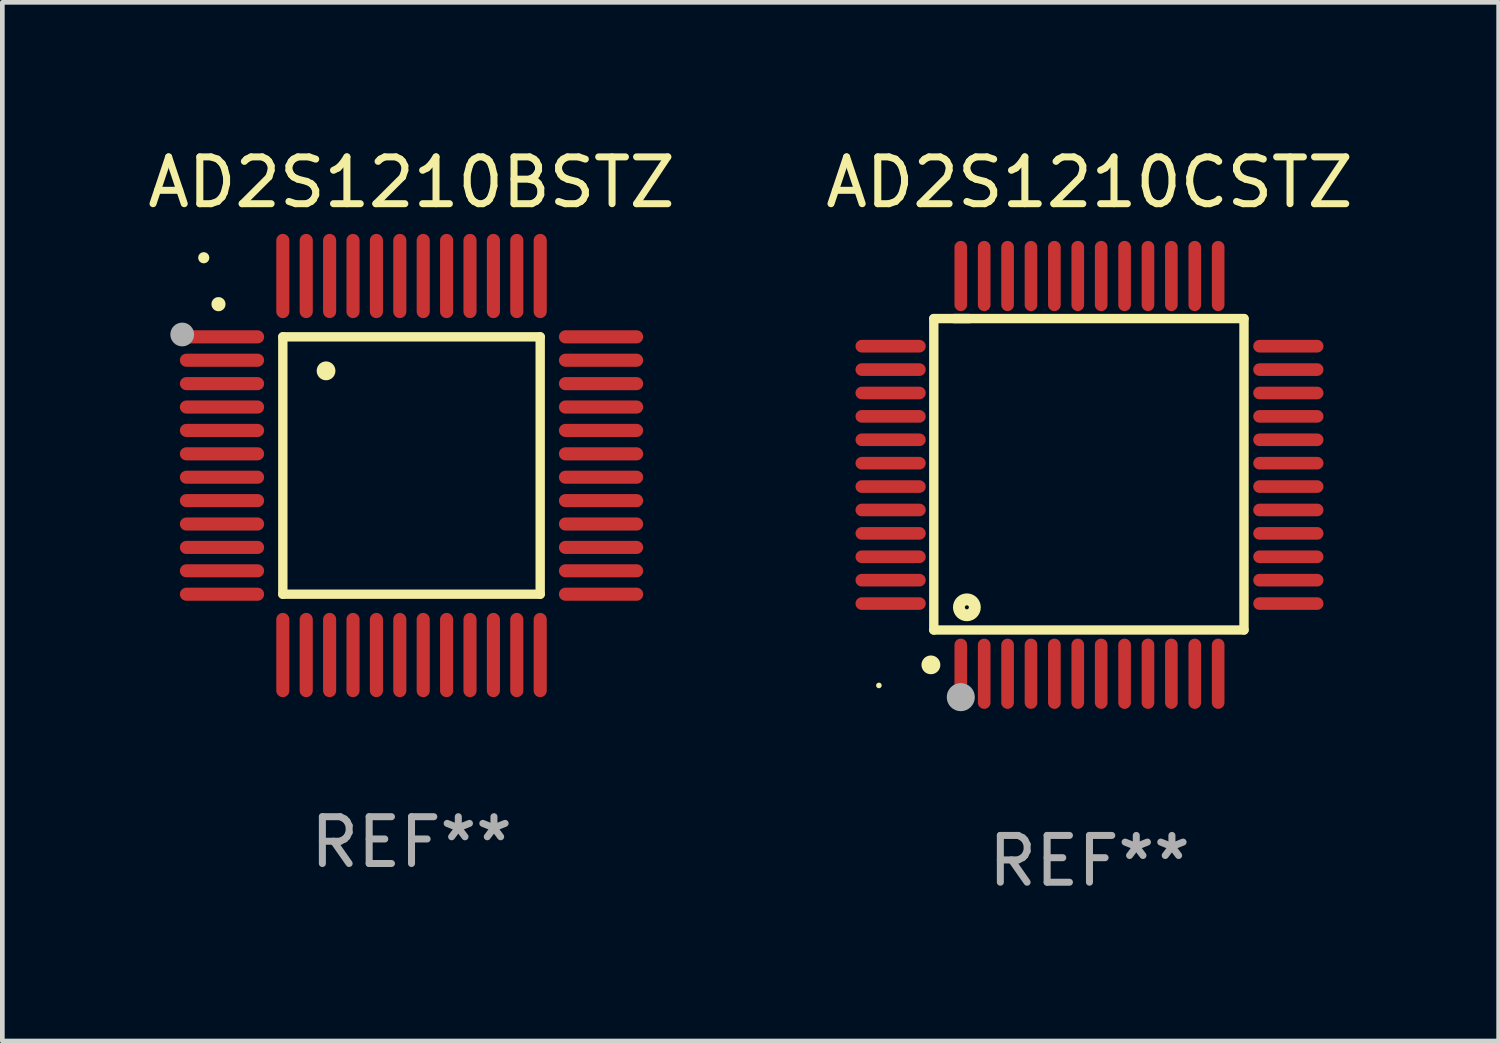
<source format=kicad_pcb>
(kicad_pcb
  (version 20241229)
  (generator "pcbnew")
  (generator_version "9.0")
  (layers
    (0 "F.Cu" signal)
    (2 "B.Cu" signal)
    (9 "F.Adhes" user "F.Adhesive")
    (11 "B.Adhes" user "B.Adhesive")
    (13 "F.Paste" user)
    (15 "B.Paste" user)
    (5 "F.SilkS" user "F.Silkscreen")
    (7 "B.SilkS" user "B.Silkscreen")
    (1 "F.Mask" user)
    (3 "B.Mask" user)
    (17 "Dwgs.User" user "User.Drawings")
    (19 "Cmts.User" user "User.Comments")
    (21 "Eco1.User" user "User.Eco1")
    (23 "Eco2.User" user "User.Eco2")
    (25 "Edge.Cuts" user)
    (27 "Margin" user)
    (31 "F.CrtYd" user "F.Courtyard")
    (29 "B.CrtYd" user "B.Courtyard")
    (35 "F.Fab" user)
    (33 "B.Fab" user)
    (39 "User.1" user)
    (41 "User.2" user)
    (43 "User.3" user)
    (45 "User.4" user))
  (footprint "AD2S1210CSTZ"
    (layer "F.Cu")
    (at 20.232 7.098)
    (property "Reference" "AD2S1210CSTZ" (at 0 -6.25 0) (layer "F.SilkS") (effects (font (size 1 1) (thickness 0.15))))
    (attr through_hole)
    (fp_line (start -3.327 -3.34) (end -2.565 -3.34) (stroke (width 0.2) (type solid)) (layer "F.SilkS"))
    (fp_line (start -3.327 3.315) (end -3.327 -3.34) (stroke (width 0.2) (type solid)) (layer "F.SilkS"))
    (fp_line (start -2.896 -3.34) (end 3.302 -3.34) (stroke (width 0.2) (type solid)) (layer "F.SilkS"))
    (fp_line (start 3.302 -3.34) (end 3.302 3.315) (stroke (width 0.2) (type solid)) (layer "F.SilkS"))
    (fp_line (start 3.302 3.315) (end -3.327 3.315) (stroke (width 0.2) (type solid)) (layer "F.SilkS"))
    (fp_arc (start -3.389992 4.059995) (mid -3.388722 4.059991) (end -3.387452 4.059995) (stroke (width 0.4) (type solid)) (layer "F.SilkS"))
    (fp_circle (center -4.5 4.5) (end -4.47 4.5) (stroke (width 0.06) (type solid)) (fill no) (layer "F.SilkS"))
    (fp_circle (center -2.62 2.83) (end -2.45 2.83) (stroke (width 0.254) (type solid)) (fill no) (layer "F.SilkS"))
    (fp_circle (center -2.75 4.75) (end -2.6 4.75) (stroke (width 0.3) (type solid)) (fill no) (layer "F.Fab"))
    (fp_text user "REF**" (at 0 8.25 0) (layer "F.Fab") (effects (font (size 1 1) (thickness 0.15))))
    (pad "1" smd oval (at -2.75 4.25) (size 0.27 1.5) (layers "F.Cu" "F.Mask" "F.Paste"))
    (pad "2" smd oval (at -2.25 4.25) (size 0.27 1.5) (layers "F.Cu" "F.Mask" "F.Paste"))
    (pad "3" smd oval (at -1.75 4.25) (size 0.27 1.5) (layers "F.Cu" "F.Mask" "F.Paste"))
    (pad "4" smd oval (at -1.25 4.25) (size 0.27 1.5) (layers "F.Cu" "F.Mask" "F.Paste"))
    (pad "5" smd oval (at -0.75 4.25) (size 0.27 1.5) (layers "F.Cu" "F.Mask" "F.Paste"))
    (pad "6" smd oval (at -0.25 4.25) (size 0.27 1.5) (layers "F.Cu" "F.Mask" "F.Paste"))
    (pad "7" smd oval (at 0.25 4.25) (size 0.27 1.5) (layers "F.Cu" "F.Mask" "F.Paste"))
    (pad "8" smd oval (at 0.75 4.25) (size 0.27 1.5) (layers "F.Cu" "F.Mask" "F.Paste"))
    (pad "9" smd oval (at 1.25 4.25) (size 0.27 1.5) (layers "F.Cu" "F.Mask" "F.Paste"))
    (pad "10" smd oval (at 1.75 4.25) (size 0.27 1.5) (layers "F.Cu" "F.Mask" "F.Paste"))
    (pad "11" smd oval (at 2.25 4.25) (size 0.27 1.5) (layers "F.Cu" "F.Mask" "F.Paste"))
    (pad "12" smd oval (at 2.75 4.25) (size 0.27 1.5) (layers "F.Cu" "F.Mask" "F.Paste"))
    (pad "13" smd oval (at 4.25 2.75) (size 1.5 0.27) (layers "F.Cu" "F.Mask" "F.Paste"))
    (pad "14" smd oval (at 4.25 2.25) (size 1.5 0.27) (layers "F.Cu" "F.Mask" "F.Paste"))
    (pad "15" smd oval (at 4.25 1.75) (size 1.5 0.27) (layers "F.Cu" "F.Mask" "F.Paste"))
    (pad "16" smd oval (at 4.25 1.25) (size 1.5 0.27) (layers "F.Cu" "F.Mask" "F.Paste"))
    (pad "17" smd oval (at 4.25 0.75) (size 1.5 0.27) (layers "F.Cu" "F.Mask" "F.Paste"))
    (pad "18" smd oval (at 4.25 0.25) (size 1.5 0.27) (layers "F.Cu" "F.Mask" "F.Paste"))
    (pad "19" smd oval (at 4.25 -0.25) (size 1.5 0.27) (layers "F.Cu" "F.Mask" "F.Paste"))
    (pad "20" smd oval (at 4.25 -0.75) (size 1.5 0.27) (layers "F.Cu" "F.Mask" "F.Paste"))
    (pad "21" smd oval (at 4.25 -1.25) (size 1.5 0.27) (layers "F.Cu" "F.Mask" "F.Paste"))
    (pad "22" smd oval (at 4.25 -1.75) (size 1.5 0.27) (layers "F.Cu" "F.Mask" "F.Paste"))
    (pad "23" smd oval (at 4.25 -2.25) (size 1.5 0.27) (layers "F.Cu" "F.Mask" "F.Paste"))
    (pad "24" smd oval (at 4.25 -2.75) (size 1.5 0.27) (layers "F.Cu" "F.Mask" "F.Paste"))
    (pad "25" smd oval (at 2.75 -4.25) (size 0.27 1.5) (layers "F.Cu" "F.Mask" "F.Paste"))
    (pad "26" smd oval (at 2.25 -4.25) (size 0.27 1.5) (layers "F.Cu" "F.Mask" "F.Paste"))
    (pad "27" smd oval (at 1.75 -4.25) (size 0.27 1.5) (layers "F.Cu" "F.Mask" "F.Paste"))
    (pad "28" smd oval (at 1.25 -4.25) (size 0.27 1.5) (layers "F.Cu" "F.Mask" "F.Paste"))
    (pad "29" smd oval (at 0.75 -4.25) (size 0.27 1.5) (layers "F.Cu" "F.Mask" "F.Paste"))
    (pad "30" smd oval (at 0.25 -4.25) (size 0.27 1.5) (layers "F.Cu" "F.Mask" "F.Paste"))
    (pad "31" smd oval (at -0.25 -4.25) (size 0.27 1.5) (layers "F.Cu" "F.Mask" "F.Paste"))
    (pad "32" smd oval (at -0.75 -4.25) (size 0.27 1.5) (layers "F.Cu" "F.Mask" "F.Paste"))
    (pad "33" smd oval (at -1.25 -4.25) (size 0.27 1.5) (layers "F.Cu" "F.Mask" "F.Paste"))
    (pad "34" smd oval (at -1.75 -4.25) (size 0.27 1.5) (layers "F.Cu" "F.Mask" "F.Paste"))
    (pad "35" smd oval (at -2.25 -4.25) (size 0.27 1.5) (layers "F.Cu" "F.Mask" "F.Paste"))
    (pad "36" smd oval (at -2.75 -4.25) (size 0.27 1.5) (layers "F.Cu" "F.Mask" "F.Paste"))
    (pad "37" smd oval (at -4.25 -2.75) (size 1.5 0.27) (layers "F.Cu" "F.Mask" "F.Paste"))
    (pad "38" smd oval (at -4.25 -2.25) (size 1.5 0.27) (layers "F.Cu" "F.Mask" "F.Paste"))
    (pad "39" smd oval (at -4.25 -1.75) (size 1.5 0.27) (layers "F.Cu" "F.Mask" "F.Paste"))
    (pad "40" smd oval (at -4.25 -1.25) (size 1.5 0.27) (layers "F.Cu" "F.Mask" "F.Paste"))
    (pad "41" smd oval (at -4.25 -0.75) (size 1.5 0.27) (layers "F.Cu" "F.Mask" "F.Paste"))
    (pad "42" smd oval (at -4.25 -0.25) (size 1.5 0.27) (layers "F.Cu" "F.Mask" "F.Paste"))
    (pad "43" smd oval (at -4.25 0.25) (size 1.5 0.27) (layers "F.Cu" "F.Mask" "F.Paste"))
    (pad "44" smd oval (at -4.25 0.75) (size 1.5 0.27) (layers "F.Cu" "F.Mask" "F.Paste"))
    (pad "45" smd oval (at -4.25 1.25) (size 1.5 0.27) (layers "F.Cu" "F.Mask" "F.Paste"))
    (pad "46" smd oval (at -4.25 1.75) (size 1.5 0.27) (layers "F.Cu" "F.Mask" "F.Paste"))
    (pad "47" smd oval (at -4.25 2.25) (size 1.5 0.27) (layers "F.Cu" "F.Mask" "F.Paste"))
    (pad "48" smd oval (at -4.25 2.75) (size 1.5 0.27) (layers "F.Cu" "F.Mask" "F.Paste")))
  (footprint "AD2S1210BSTZ"
    (layer "F.Cu")
    (at 5.744 6.898)
    (property "Reference" "AD2S1210BSTZ" (at 0 -6.05 0) (layer "F.SilkS") (effects (font (size 1 1) (thickness 0.15))))
    (attr through_hole)
    (fp_line (start -2.75 -2.75) (end 2.75 -2.75) (stroke (width 0.2) (type solid)) (layer "F.SilkS"))
    (fp_line (start -2.75 2.75) (end -2.75 -2.75) (stroke (width 0.2) (type solid)) (layer "F.SilkS"))
    (fp_line (start 2.75 -2.75) (end 2.75 2.75) (stroke (width 0.2) (type solid)) (layer "F.SilkS"))
    (fp_line (start 2.75 2.75) (end -2.75 2.75) (stroke (width 0.2) (type solid)) (layer "F.SilkS"))
    (fp_arc (start -4.124968 -3.446787) (mid -4.124973 -3.448057) (end -4.124968 -3.449327) (stroke (width 0.3) (type solid)) (layer "F.SilkS"))
    (fp_arc (start -1.826264 -2.021844) (mid -1.826268 -2.023114) (end -1.826264 -2.024384) (stroke (width 0.4) (type solid)) (layer "F.SilkS"))
    (fp_circle (center -4.44 -4.44) (end -4.38 -4.44) (stroke (width 0.12) (type solid)) (fill no) (layer "F.SilkS"))
    (fp_circle (center -4.9 -2.8) (end -4.773 -2.8) (stroke (width 0.254) (type solid)) (fill no) (layer "F.Fab"))
    (fp_text user "REF**" (at 0 8.05 0) (layer "F.Fab") (effects (font (size 1 1) (thickness 0.15))))
    (pad "1" smd oval (at -4.05 -2.75 90) (size 0.28 1.8) (layers "F.Cu" "F.Mask" "F.Paste"))
    (pad "2" smd oval (at -4.05 -2.25 90) (size 0.28 1.8) (layers "F.Cu" "F.Mask" "F.Paste"))
    (pad "3" smd oval (at -4.05 -1.75 90) (size 0.28 1.8) (layers "F.Cu" "F.Mask" "F.Paste"))
    (pad "4" smd oval (at -4.05 -1.25 90) (size 0.28 1.8) (layers "F.Cu" "F.Mask" "F.Paste"))
    (pad "5" smd oval (at -4.05 -0.75 90) (size 0.28 1.8) (layers "F.Cu" "F.Mask" "F.Paste"))
    (pad "6" smd oval (at -4.05 -0.25 90) (size 0.28 1.8) (layers "F.Cu" "F.Mask" "F.Paste"))
    (pad "7" smd oval (at -4.05 0.25 90) (size 0.28 1.8) (layers "F.Cu" "F.Mask" "F.Paste"))
    (pad "8" smd oval (at -4.05 0.75 90) (size 0.28 1.8) (layers "F.Cu" "F.Mask" "F.Paste"))
    (pad "9" smd oval (at -4.05 1.25 90) (size 0.28 1.8) (layers "F.Cu" "F.Mask" "F.Paste"))
    (pad "10" smd oval (at -4.05 1.75 90) (size 0.28 1.8) (layers "F.Cu" "F.Mask" "F.Paste"))
    (pad "11" smd oval (at -4.05 2.25 90) (size 0.28 1.8) (layers "F.Cu" "F.Mask" "F.Paste"))
    (pad "12" smd oval (at -4.05 2.75 90) (size 0.28 1.8) (layers "F.Cu" "F.Mask" "F.Paste"))
    (pad "13" smd oval (at -2.75 4.05) (size 0.28 1.8) (layers "F.Cu" "F.Mask" "F.Paste"))
    (pad "14" smd oval (at -2.25 4.05) (size 0.28 1.8) (layers "F.Cu" "F.Mask" "F.Paste"))
    (pad "15" smd oval (at -1.75 4.05) (size 0.28 1.8) (layers "F.Cu" "F.Mask" "F.Paste"))
    (pad "16" smd oval (at -1.25 4.05) (size 0.28 1.8) (layers "F.Cu" "F.Mask" "F.Paste"))
    (pad "17" smd oval (at -0.75 4.05) (size 0.28 1.8) (layers "F.Cu" "F.Mask" "F.Paste"))
    (pad "18" smd oval (at -0.25 4.05) (size 0.28 1.8) (layers "F.Cu" "F.Mask" "F.Paste"))
    (pad "19" smd oval (at 0.25 4.05) (size 0.28 1.8) (layers "F.Cu" "F.Mask" "F.Paste"))
    (pad "20" smd oval (at 0.75 4.05) (size 0.28 1.8) (layers "F.Cu" "F.Mask" "F.Paste"))
    (pad "21" smd oval (at 1.25 4.05) (size 0.28 1.8) (layers "F.Cu" "F.Mask" "F.Paste"))
    (pad "22" smd oval (at 1.75 4.05) (size 0.28 1.8) (layers "F.Cu" "F.Mask" "F.Paste"))
    (pad "23" smd oval (at 2.25 4.05) (size 0.28 1.8) (layers "F.Cu" "F.Mask" "F.Paste"))
    (pad "24" smd oval (at 2.75 4.05) (size 0.28 1.8) (layers "F.Cu" "F.Mask" "F.Paste"))
    (pad "25" smd oval (at 4.05 2.75 90) (size 0.28 1.8) (layers "F.Cu" "F.Mask" "F.Paste"))
    (pad "26" smd oval (at 4.05 2.25 90) (size 0.28 1.8) (layers "F.Cu" "F.Mask" "F.Paste"))
    (pad "27" smd oval (at 4.05 1.75 90) (size 0.28 1.8) (layers "F.Cu" "F.Mask" "F.Paste"))
    (pad "28" smd oval (at 4.05 1.25 90) (size 0.28 1.8) (layers "F.Cu" "F.Mask" "F.Paste"))
    (pad "29" smd oval (at 4.05 0.75 90) (size 0.28 1.8) (layers "F.Cu" "F.Mask" "F.Paste"))
    (pad "30" smd oval (at 4.05 0.25 90) (size 0.28 1.8) (layers "F.Cu" "F.Mask" "F.Paste"))
    (pad "31" smd oval (at 4.05 -0.25 90) (size 0.28 1.8) (layers "F.Cu" "F.Mask" "F.Paste"))
    (pad "32" smd oval (at 4.05 -0.75 90) (size 0.28 1.8) (layers "F.Cu" "F.Mask" "F.Paste"))
    (pad "33" smd oval (at 4.05 -1.25 90) (size 0.28 1.8) (layers "F.Cu" "F.Mask" "F.Paste"))
    (pad "34" smd oval (at 4.05 -1.75 90) (size 0.28 1.8) (layers "F.Cu" "F.Mask" "F.Paste"))
    (pad "35" smd oval (at 4.05 -2.25 90) (size 0.28 1.8) (layers "F.Cu" "F.Mask" "F.Paste"))
    (pad "36" smd oval (at 4.05 -2.75 90) (size 0.28 1.8) (layers "F.Cu" "F.Mask" "F.Paste"))
    (pad "37" smd oval (at 2.75 -4.05) (size 0.28 1.8) (layers "F.Cu" "F.Mask" "F.Paste"))
    (pad "38" smd oval (at 2.25 -4.05) (size 0.28 1.8) (layers "F.Cu" "F.Mask" "F.Paste"))
    (pad "39" smd oval (at 1.75 -4.05) (size 0.28 1.8) (layers "F.Cu" "F.Mask" "F.Paste"))
    (pad "40" smd oval (at 1.25 -4.05) (size 0.28 1.8) (layers "F.Cu" "F.Mask" "F.Paste"))
    (pad "41" smd oval (at 0.75 -4.05) (size 0.28 1.8) (layers "F.Cu" "F.Mask" "F.Paste"))
    (pad "42" smd oval (at 0.25 -4.05) (size 0.28 1.8) (layers "F.Cu" "F.Mask" "F.Paste"))
    (pad "43" smd oval (at -0.25 -4.05) (size 0.28 1.8) (layers "F.Cu" "F.Mask" "F.Paste"))
    (pad "44" smd oval (at -0.75 -4.05) (size 0.28 1.8) (layers "F.Cu" "F.Mask" "F.Paste"))
    (pad "45" smd oval (at -1.25 -4.05) (size 0.28 1.8) (layers "F.Cu" "F.Mask" "F.Paste"))
    (pad "46" smd oval (at -1.75 -4.05) (size 0.28 1.8) (layers "F.Cu" "F.Mask" "F.Paste"))
    (pad "47" smd oval (at -2.25 -4.05) (size 0.28 1.8) (layers "F.Cu" "F.Mask" "F.Paste"))
    (pad "48" smd oval (at -2.75 -4.05) (size 0.28 1.8) (layers "F.Cu" "F.Mask" "F.Paste")))
  (gr_rect
    (start -3 -3)
    (end 28.976 19.196)
    (stroke (width 0.1) (type default))
    (fill no)
    (layer "Edge.Cuts")))
</source>
